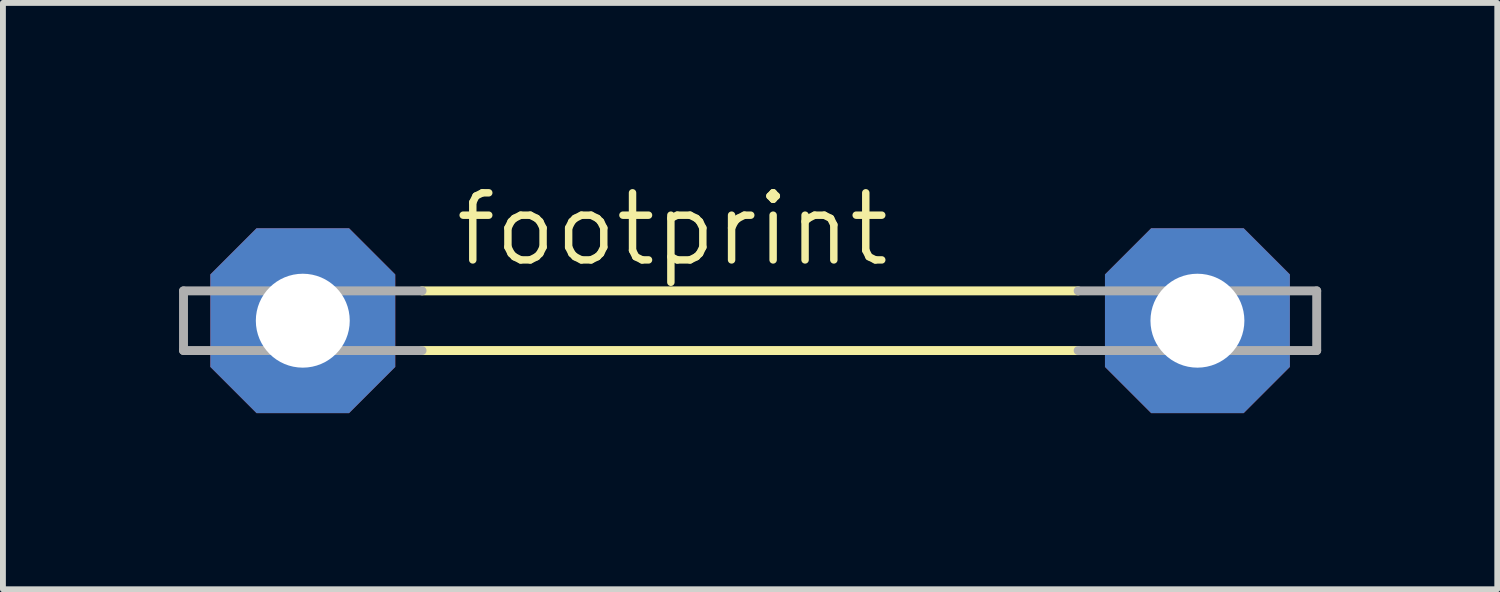
<source format=kicad_pcb>
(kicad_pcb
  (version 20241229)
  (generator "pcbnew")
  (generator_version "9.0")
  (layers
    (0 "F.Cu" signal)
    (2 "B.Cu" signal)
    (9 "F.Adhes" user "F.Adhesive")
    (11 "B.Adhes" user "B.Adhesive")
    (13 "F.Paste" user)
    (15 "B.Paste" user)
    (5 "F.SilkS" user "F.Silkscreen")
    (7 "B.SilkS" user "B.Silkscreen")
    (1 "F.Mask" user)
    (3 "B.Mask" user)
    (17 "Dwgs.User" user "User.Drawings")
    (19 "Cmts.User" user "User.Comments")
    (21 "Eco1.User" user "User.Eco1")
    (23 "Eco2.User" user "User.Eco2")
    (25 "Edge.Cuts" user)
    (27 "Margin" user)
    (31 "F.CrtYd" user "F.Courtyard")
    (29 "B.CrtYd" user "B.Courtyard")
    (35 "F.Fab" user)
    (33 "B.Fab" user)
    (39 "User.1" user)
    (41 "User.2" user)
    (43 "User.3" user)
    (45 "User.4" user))
  (footprint "footprint"
    (layer "F.Cu")
    (at 9.728 2.413)
    (property "Reference" "footprint" (at -5.08 -0.889 0) (layer "F.SilkS") (effects (font (size 1.143 1.143) (thickness 0.127)) (justify left bottom)))
    (fp_line (start -5.588 -0.508) (end 5.588 -0.508) (stroke (width 0.152) (type solid)) (layer "F.SilkS"))
    (fp_line (start -5.588 0.508) (end 5.588 0.508) (stroke (width 0.152) (type solid)) (layer "F.SilkS"))
    (fp_line (start -9.652 -0.508) (end -9.652 0.508) (stroke (width 0.152) (type solid)) (layer "F.Fab"))
    (fp_line (start -9.652 0.508) (end -5.588 0.508) (stroke (width 0.152) (type solid)) (layer "F.Fab"))
    (fp_line (start -5.588 -0.508) (end -9.652 -0.508) (stroke (width 0.152) (type solid)) (layer "F.Fab"))
    (fp_line (start 5.588 0.508) (end 9.652 0.508) (stroke (width 0.152) (type solid)) (layer "F.Fab"))
    (fp_line (start 9.652 -0.508) (end 5.588 -0.508) (stroke (width 0.152) (type solid)) (layer "F.Fab"))
    (fp_line (start 9.652 0.508) (end 9.652 -0.508) (stroke (width 0.152) (type solid)) (layer "F.Fab"))
    (pad "1" thru_hole roundrect (at -7.62 0) (size 3.15 3.15) (drill 1.6) (layers "*.Cu" "*.Mask") (roundrect_rratio 0.25) (chamfer_ratio 0.25) (chamfer top_left top_right bottom_left bottom_right))
    (pad "2" thru_hole roundrect (at 7.62 0) (size 3.15 3.15) (drill 1.6) (layers "*.Cu" "*.Mask") (roundrect_rratio 0.25) (chamfer_ratio 0.25) (chamfer top_left top_right bottom_left bottom_right)))
  (gr_rect
    (start -3 -3)
    (end 22.456 6.988)
    (stroke (width 0.1) (type default))
    (fill no)
    (layer "Edge.Cuts")))
</source>
